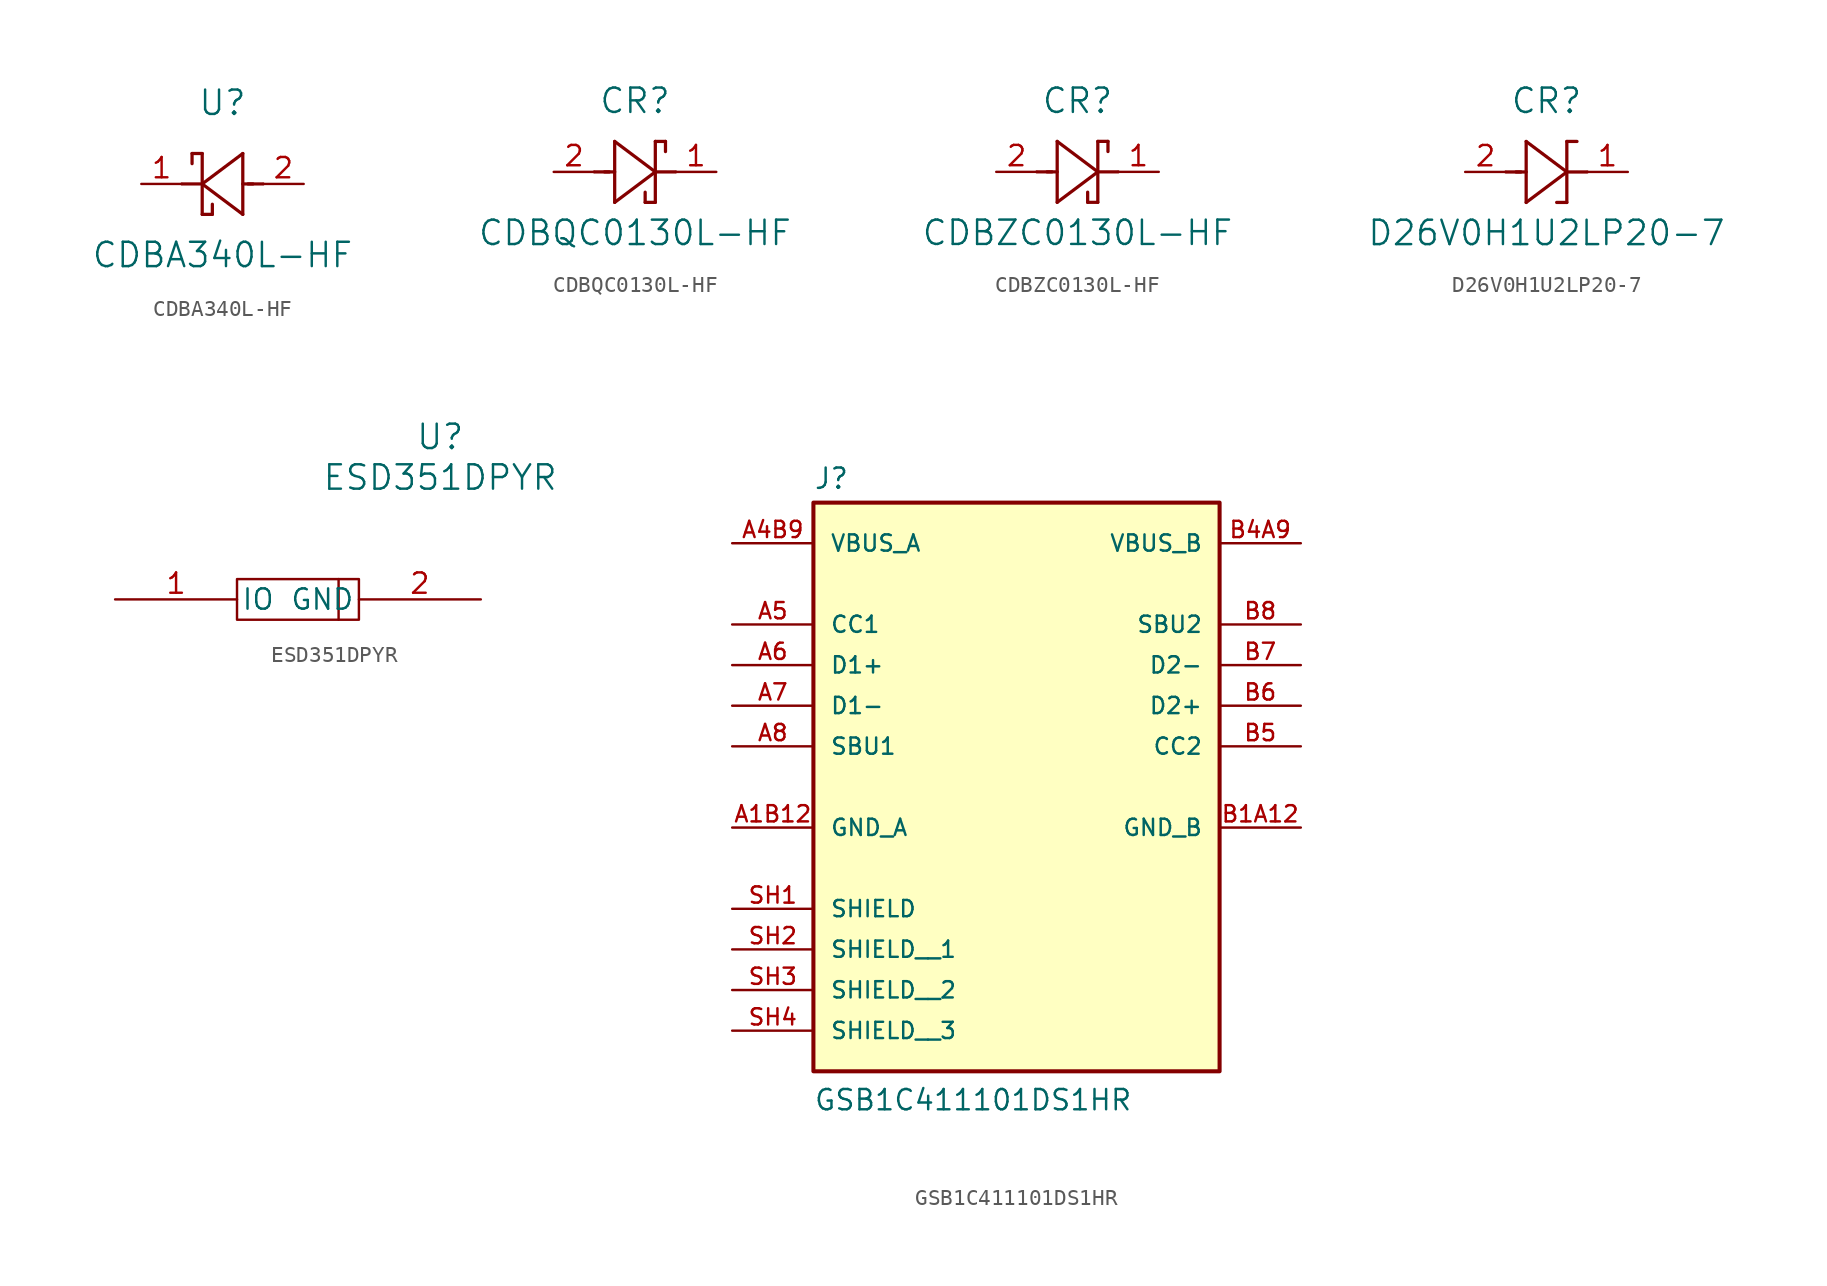
<source format=kicad_sym>
(kicad_symbol_lib
  (version 20220914)
  (generator kicad_symbol_editor)
  (symbol "CDBA340L-HF"
    (pin_names
      (offset 0.254))
    (property "Reference" "U"
      (at 5.08 5.08 0)
      (effects (font (size 1.524 1.524))))
    (property "Value" "CDBA340L-HF"
      (at 5.08 -4.445 0)
      (effects (font (size 1.524 1.524))))
    (property "ki_locked" ""
      (at 0 0 0)
      (effects (font (size 1.27 1.27))))
    (symbol "CDBA340L-HF_0_1"
      (polyline (pts (xy 3.175 1.905) (xy 3.175 1.27)) (stroke (width 0.203) (type default)) (fill (type none)))
      (polyline (pts (xy 3.175 1.905) (xy 3.81 1.905)) (stroke (width 0.203) (type default)) (fill (type none)))
      (polyline (pts (xy 3.81 0) (xy 2.54 0)) (stroke (width 0.203) (type default)) (fill (type none)))
      (polyline (pts (xy 3.81 0) (xy 6.35 -1.905)) (stroke (width 0.203) (type default)) (fill (type none)))
      (polyline (pts (xy 3.81 1.905) (xy 3.81 -1.905)) (stroke (width 0.203) (type default)) (fill (type none)))
      (polyline (pts (xy 4.445 -1.905) (xy 3.81 -1.905)) (stroke (width 0.203) (type default)) (fill (type none)))
      (polyline (pts (xy 4.445 -1.905) (xy 4.445 -1.27)) (stroke (width 0.203) (type default)) (fill (type none)))
      (polyline (pts (xy 6.35 -1.905) (xy 6.35 1.905)) (stroke (width 0.203) (type default)) (fill (type none)))
      (polyline (pts (xy 6.35 1.905) (xy 3.81 0)) (stroke (width 0.203) (type default)) (fill (type none)))
      (polyline (pts (xy 6.985 0) (xy 6.35 0)) (stroke (width 0.203) (type default)) (fill (type none)))
      (polyline (pts (xy 7.62 0) (xy 6.68 0)) (stroke (width 0.203) (type default)) (fill (type none)))
      (pin unspecified line (at 0 0 0) (length 2.54) (name "" (effects (font (size 1.27 1.27)))) (number "1" (effects (font (size 1.27 1.27)))))
      (pin unspecified line (at 10.16 0 180) (length 2.54) (name "" (effects (font (size 1.27 1.27)))) (number "2" (effects (font (size 1.27 1.27)))))))
  (symbol "CDBQC0130L-HF"
    (pin_names
      (offset 0.254))
    (property "Reference" "CR"
      (at 5.08 4.445 0)
      (effects (font (size 1.524 1.524))))
    (property "Value" "CDBQC0130L-HF"
      (at 5.08 -3.81 0)
      (effects (font (size 1.524 1.524))))
    (property "ki_locked" ""
      (at 0 0 0)
      (effects (font (size 1.27 1.27))))
    (symbol "CDBQC0130L-HF_0_1"
      (polyline (pts (xy 2.54 0) (xy 3.48 0)) (stroke (width 0.203) (type default)) (fill (type none)))
      (polyline (pts (xy 3.175 0) (xy 3.81 0)) (stroke (width 0.203) (type default)) (fill (type none)))
      (polyline (pts (xy 3.81 -1.905) (xy 6.35 0)) (stroke (width 0.203) (type default)) (fill (type none)))
      (polyline (pts (xy 3.81 1.905) (xy 3.81 -1.905)) (stroke (width 0.203) (type default)) (fill (type none)))
      (polyline (pts (xy 5.715 -1.905) (xy 5.715 -1.27)) (stroke (width 0.203) (type default)) (fill (type none)))
      (polyline (pts (xy 6.35 -1.905) (xy 5.715 -1.905)) (stroke (width 0.203) (type default)) (fill (type none)))
      (polyline (pts (xy 6.35 -1.905) (xy 6.35 1.905)) (stroke (width 0.203) (type default)) (fill (type none)))
      (polyline (pts (xy 6.35 0) (xy 3.81 1.905)) (stroke (width 0.203) (type default)) (fill (type none)))
      (polyline (pts (xy 6.35 0) (xy 7.62 0)) (stroke (width 0.203) (type default)) (fill (type none)))
      (polyline (pts (xy 6.35 1.905) (xy 6.985 1.905)) (stroke (width 0.203) (type default)) (fill (type none)))
      (polyline (pts (xy 6.985 1.905) (xy 6.985 1.27)) (stroke (width 0.203) (type default)) (fill (type none))))
    (symbol "CDBQC0130L-HF_1_1"
      (pin passive line (at 10.16 0 180) (length 2.54) (name "" (effects (font (size 1.27 1.27)))) (number "1" (effects (font (size 1.27 1.27)))))
      (pin passive line (at 0 0 0) (length 2.54) (name "" (effects (font (size 1.27 1.27)))) (number "2" (effects (font (size 1.27 1.27)))))))
  (symbol "CDBZC0130L-HF"
    (pin_names
      (offset 0.254))
    (property "Reference" "CR"
      (at 5.08 4.445 0)
      (effects (font (size 1.524 1.524))))
    (property "Value" "CDBZC0130L-HF"
      (at 5.08 -3.81 0)
      (effects (font (size 1.524 1.524))))
    (property "ki_locked" ""
      (at 0 0 0)
      (effects (font (size 1.27 1.27))))
    (symbol "CDBZC0130L-HF_0_1"
      (polyline (pts (xy 2.54 0) (xy 3.48 0)) (stroke (width 0.203) (type default)) (fill (type none)))
      (polyline (pts (xy 3.175 0) (xy 3.81 0)) (stroke (width 0.203) (type default)) (fill (type none)))
      (polyline (pts (xy 3.81 -1.905) (xy 6.35 0)) (stroke (width 0.203) (type default)) (fill (type none)))
      (polyline (pts (xy 3.81 1.905) (xy 3.81 -1.905)) (stroke (width 0.203) (type default)) (fill (type none)))
      (polyline (pts (xy 5.715 -1.905) (xy 5.715 -1.27)) (stroke (width 0.203) (type default)) (fill (type none)))
      (polyline (pts (xy 6.35 -1.905) (xy 5.715 -1.905)) (stroke (width 0.203) (type default)) (fill (type none)))
      (polyline (pts (xy 6.35 -1.905) (xy 6.35 1.905)) (stroke (width 0.203) (type default)) (fill (type none)))
      (polyline (pts (xy 6.35 0) (xy 3.81 1.905)) (stroke (width 0.203) (type default)) (fill (type none)))
      (polyline (pts (xy 6.35 0) (xy 7.62 0)) (stroke (width 0.203) (type default)) (fill (type none)))
      (polyline (pts (xy 6.35 1.905) (xy 6.985 1.905)) (stroke (width 0.203) (type default)) (fill (type none)))
      (polyline (pts (xy 6.985 1.905) (xy 6.985 1.27)) (stroke (width 0.203) (type default)) (fill (type none))))
    (symbol "CDBZC0130L-HF_1_1"
      (pin passive line (at 10.16 0 180) (length 2.54) (name "" (effects (font (size 1.27 1.27)))) (number "1" (effects (font (size 1.27 1.27)))))
      (pin passive line (at 0 0 0) (length 2.54) (name "" (effects (font (size 1.27 1.27)))) (number "2" (effects (font (size 1.27 1.27)))))))
  (symbol "D26V0H1U2LP20-7"
    (pin_names
      (offset 0.254))
    (property "Reference" "CR"
      (at 5.08 4.445 0)
      (effects (font (size 1.524 1.524))))
    (property "Value" "D26V0H1U2LP20-7"
      (at 5.08 -3.81 0)
      (effects (font (size 1.524 1.524))))
    (property "ki_locked" ""
      (at 0 0 0)
      (effects (font (size 1.27 1.27))))
    (symbol "D26V0H1U2LP20-7_0_1"
      (polyline (pts (xy 2.54 0) (xy 3.48 0)) (stroke (width 0.203) (type default)) (fill (type none)))
      (polyline (pts (xy 3.175 0) (xy 3.81 0)) (stroke (width 0.203) (type default)) (fill (type none)))
      (polyline (pts (xy 3.81 -1.905) (xy 6.35 0)) (stroke (width 0.203) (type default)) (fill (type none)))
      (polyline (pts (xy 3.81 1.905) (xy 3.81 -1.905)) (stroke (width 0.203) (type default)) (fill (type none)))
      (polyline (pts (xy 6.35 -1.905) (xy 5.715 -1.905)) (stroke (width 0.203) (type default)) (fill (type none)))
      (polyline (pts (xy 6.35 -1.905) (xy 6.35 1.905)) (stroke (width 0.203) (type default)) (fill (type none)))
      (polyline (pts (xy 6.35 0) (xy 3.81 1.905)) (stroke (width 0.203) (type default)) (fill (type none)))
      (polyline (pts (xy 6.35 0) (xy 7.62 0)) (stroke (width 0.203) (type default)) (fill (type none)))
      (polyline (pts (xy 6.35 1.905) (xy 6.985 1.905)) (stroke (width 0.203) (type default)) (fill (type none)))
      (pin unspecified line (at 10.16 0 180) (length 2.54) (name "" (effects (font (size 1.27 1.27)))) (number "1" (effects (font (size 1.27 1.27)))))
      (pin unspecified line (at 0 0 0) (length 2.54) (name "" (effects (font (size 1.27 1.27)))) (number "2" (effects (font (size 1.27 1.27)))))))
  (symbol "ESD351DPYR"
    (pin_names
      (offset 0.254))
    (property "Reference" "U"
      (at 20.32 10.16 0)
      (effects (font (size 1.524 1.524))))
    (property "Value" "ESD351DPYR"
      (at 20.32 7.62 0)
      (effects (font (size 1.524 1.524))))
    (property "ki_locked" ""
      (at 0 0 0)
      (effects (font (size 1.27 1.27))))
    (symbol "ESD351DPYR_0_1"
      (pin bidirectional line (at 0 0 0) (length 7.62) (name "IO" (effects (font (size 1.27 1.27)))) (number "1" (effects (font (size 1.27 1.27)))))
      (pin power_in line (at 22.86 0 180) (length 7.62) (name "GND" (effects (font (size 1.27 1.27)))) (number "2" (effects (font (size 1.27 1.27))))))
    (symbol "ESD351DPYR_1_1"
      (polyline (pts (xy 13.97 1.27) (xy 13.97 -1.27)) (stroke (width 0) (type default)) (fill (type none)))
      (rectangle (start 7.62 1.27) (end 15.24 -1.27) (stroke (width 0) (type default)) (fill (type none)))))
  (symbol "GSB1C411101DS1HR"
    (pin_names
      (offset 1.016))
    (property "Reference" "J"
      (at -12.7 13.462 0)
      (effects (font (size 1.27 1.27)) (justify left bottom)))
    (property "Value" "GSB1C411101DS1HR"
      (at -12.7 -25.4 0)
      (effects (font (size 1.27 1.27)) (justify left bottom)))
    (symbol "GSB1C411101DS1HR_0_0"
      (rectangle (start -12.7 -22.86) (end 12.7 12.7) (stroke (width 0.254) (type default)) (fill (type background)))
      (pin power_in line (at -17.78 -7.62 0) (length 5.08) (name "GND_A" (effects (font (size 1.016 1.016)))) (number "A1B12" (effects (font (size 1.016 1.016)))))
      (pin power_in line (at -17.78 10.16 0) (length 5.08) (name "VBUS_A" (effects (font (size 1.016 1.016)))) (number "A4B9" (effects (font (size 1.016 1.016)))))
      (pin bidirectional line (at -17.78 5.08 0) (length 5.08) (name "CC1" (effects (font (size 1.016 1.016)))) (number "A5" (effects (font (size 1.016 1.016)))))
      (pin bidirectional line (at -17.78 2.54 0) (length 5.08) (name "D1+" (effects (font (size 1.016 1.016)))) (number "A6" (effects (font (size 1.016 1.016)))))
      (pin bidirectional line (at -17.78 0 0) (length 5.08) (name "D1-" (effects (font (size 1.016 1.016)))) (number "A7" (effects (font (size 1.016 1.016)))))
      (pin bidirectional line (at -17.78 -2.54 0) (length 5.08) (name "SBU1" (effects (font (size 1.016 1.016)))) (number "A8" (effects (font (size 1.016 1.016)))))
      (pin power_in line (at 17.78 -7.62 180) (length 5.08) (name "GND_B" (effects (font (size 1.016 1.016)))) (number "B1A12" (effects (font (size 1.016 1.016)))))
      (pin power_in line (at 17.78 10.16 180) (length 5.08) (name "VBUS_B" (effects (font (size 1.016 1.016)))) (number "B4A9" (effects (font (size 1.016 1.016)))))
      (pin bidirectional line (at 17.78 -2.54 180) (length 5.08) (name "CC2" (effects (font (size 1.016 1.016)))) (number "B5" (effects (font (size 1.016 1.016)))))
      (pin bidirectional line (at 17.78 0 180) (length 5.08) (name "D2+" (effects (font (size 1.016 1.016)))) (number "B6" (effects (font (size 1.016 1.016)))))
      (pin bidirectional line (at 17.78 2.54 180) (length 5.08) (name "D2-" (effects (font (size 1.016 1.016)))) (number "B7" (effects (font (size 1.016 1.016)))))
      (pin bidirectional line (at 17.78 5.08 180) (length 5.08) (name "SBU2" (effects (font (size 1.016 1.016)))) (number "B8" (effects (font (size 1.016 1.016)))))
      (pin passive line (at -17.78 -12.7 0) (length 5.08) (name "SHIELD" (effects (font (size 1.016 1.016)))) (number "SH1" (effects (font (size 1.016 1.016)))))
      (pin passive line (at -17.78 -15.24 0) (length 5.08) (name "SHIELD__1" (effects (font (size 1.016 1.016)))) (number "SH2" (effects (font (size 1.016 1.016)))))
      (pin passive line (at -17.78 -17.78 0) (length 5.08) (name "SHIELD__2" (effects (font (size 1.016 1.016)))) (number "SH3" (effects (font (size 1.016 1.016)))))
      (pin passive line (at -17.78 -20.32 0) (length 5.08) (name "SHIELD__3" (effects (font (size 1.016 1.016)))) (number "SH4" (effects (font (size 1.016 1.016))))))))
</source>
